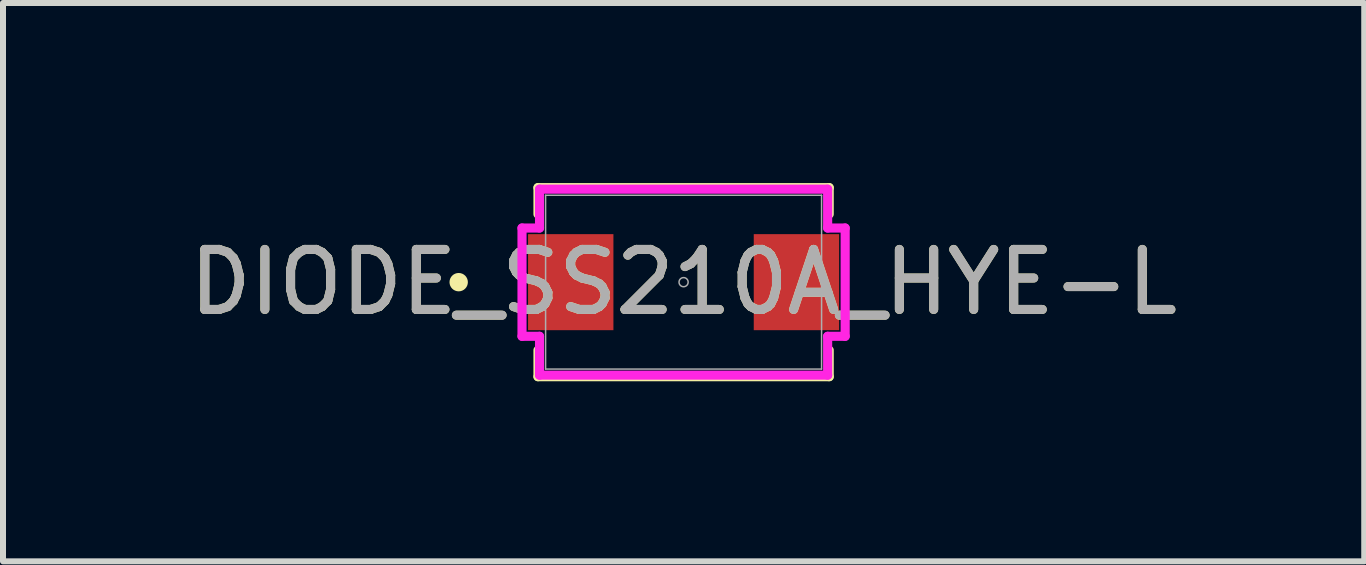
<source format=kicad_pcb>
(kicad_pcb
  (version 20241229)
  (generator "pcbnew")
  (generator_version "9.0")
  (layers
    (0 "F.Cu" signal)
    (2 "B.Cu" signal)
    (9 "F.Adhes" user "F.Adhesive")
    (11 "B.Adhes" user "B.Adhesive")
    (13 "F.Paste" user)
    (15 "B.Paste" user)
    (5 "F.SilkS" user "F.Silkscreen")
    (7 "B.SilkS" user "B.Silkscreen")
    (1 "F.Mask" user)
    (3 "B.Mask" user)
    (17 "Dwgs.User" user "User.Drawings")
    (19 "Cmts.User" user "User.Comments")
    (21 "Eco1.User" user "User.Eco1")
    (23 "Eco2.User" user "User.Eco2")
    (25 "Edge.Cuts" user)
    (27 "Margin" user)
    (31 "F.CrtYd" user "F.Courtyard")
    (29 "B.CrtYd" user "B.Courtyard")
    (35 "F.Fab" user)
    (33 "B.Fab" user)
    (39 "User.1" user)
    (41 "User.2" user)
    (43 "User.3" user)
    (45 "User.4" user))
  (footprint "DIODE_SS210A_HYE-L"
    (layer "F.Cu")
    (at 8.339 1.651)
    (property "Reference" "DIODE_SS210A_HYE-L" (at 0 0 0) (unlocked yes) (layer "F.SilkS") (effects (font (size 1 1) (thickness 0.15))))
    (attr smd)
    (fp_line (start -2.426 -1.575) (end -2.426 -1.133) (stroke (width 0.152) (type solid)) (layer "F.SilkS"))
    (fp_line (start -2.426 1.133) (end -2.426 1.575) (stroke (width 0.152) (type solid)) (layer "F.SilkS"))
    (fp_line (start -2.426 1.575) (end 2.426 1.575) (stroke (width 0.152) (type solid)) (layer "F.SilkS"))
    (fp_line (start 2.426 -1.575) (end -2.426 -1.575) (stroke (width 0.152) (type solid)) (layer "F.SilkS"))
    (fp_line (start 2.426 -1.133) (end 2.426 -1.575) (stroke (width 0.152) (type solid)) (layer "F.SilkS"))
    (fp_line (start 2.426 1.575) (end 2.426 1.133) (stroke (width 0.152) (type solid)) (layer "F.SilkS"))
    (fp_circle (center -3.747 0) (end -3.67 0) (stroke (width 0.152) (type solid)) (fill no) (layer "F.SilkS"))
    (fp_line (start -2.692 -0.902) (end -2.4 -0.902) (stroke (width 0.152) (type solid)) (layer "F.CrtYd"))
    (fp_line (start -2.692 0.902) (end -2.692 -0.902) (stroke (width 0.152) (type solid)) (layer "F.CrtYd"))
    (fp_line (start -2.692 0.902) (end -2.4 0.902) (stroke (width 0.152) (type solid)) (layer "F.CrtYd"))
    (fp_line (start -2.4 -1.549) (end 2.4 -1.549) (stroke (width 0.152) (type solid)) (layer "F.CrtYd"))
    (fp_line (start -2.4 -0.902) (end -2.4 -1.549) (stroke (width 0.152) (type solid)) (layer "F.CrtYd"))
    (fp_line (start -2.4 1.549) (end -2.4 0.902) (stroke (width 0.152) (type solid)) (layer "F.CrtYd"))
    (fp_line (start 2.4 -1.549) (end 2.4 -0.902) (stroke (width 0.152) (type solid)) (layer "F.CrtYd"))
    (fp_line (start 2.4 0.902) (end 2.4 1.549) (stroke (width 0.152) (type solid)) (layer "F.CrtYd"))
    (fp_line (start 2.4 1.549) (end -2.4 1.549) (stroke (width 0.152) (type solid)) (layer "F.CrtYd"))
    (fp_line (start 2.692 -0.902) (end 2.4 -0.902) (stroke (width 0.152) (type solid)) (layer "F.CrtYd"))
    (fp_line (start 2.692 -0.902) (end 2.692 0.902) (stroke (width 0.152) (type solid)) (layer "F.CrtYd"))
    (fp_line (start 2.692 0.902) (end 2.4 0.902) (stroke (width 0.152) (type solid)) (layer "F.CrtYd"))
    (fp_line (start -2.299 -1.448) (end -2.299 1.448) (stroke (width 0.025) (type solid)) (layer "F.Fab"))
    (fp_line (start -2.299 1.448) (end 2.299 1.448) (stroke (width 0.025) (type solid)) (layer "F.Fab"))
    (fp_line (start 2.299 -1.448) (end -2.299 -1.448) (stroke (width 0.025) (type solid)) (layer "F.Fab"))
    (fp_line (start 2.299 1.448) (end 2.299 -1.448) (stroke (width 0.025) (type solid)) (layer "F.Fab"))
    (fp_circle (center 0 0) (end 0.076 0) (stroke (width 0.025) (type solid)) (fill no) (layer "F.Fab"))
    (fp_text user "${REFERENCE}" (at 0 0 0) (unlocked yes) (layer "F.Fab") (effects (font (size 1 1) (thickness 0.15))))
    (pad "1" smd rect (at -1.88 0) (size 1.422 1.6) (layers "F.Cu" "F.Mask" "F.Paste"))
    (pad "2" smd rect (at 1.88 0) (size 1.422 1.6) (layers "F.Cu" "F.Mask" "F.Paste")))
  (gr_rect
    (start -3 -3)
    (end 19.679 6.302)
    (stroke (width 0.1) (type default))
    (fill no)
    (layer "Edge.Cuts")))
</source>
